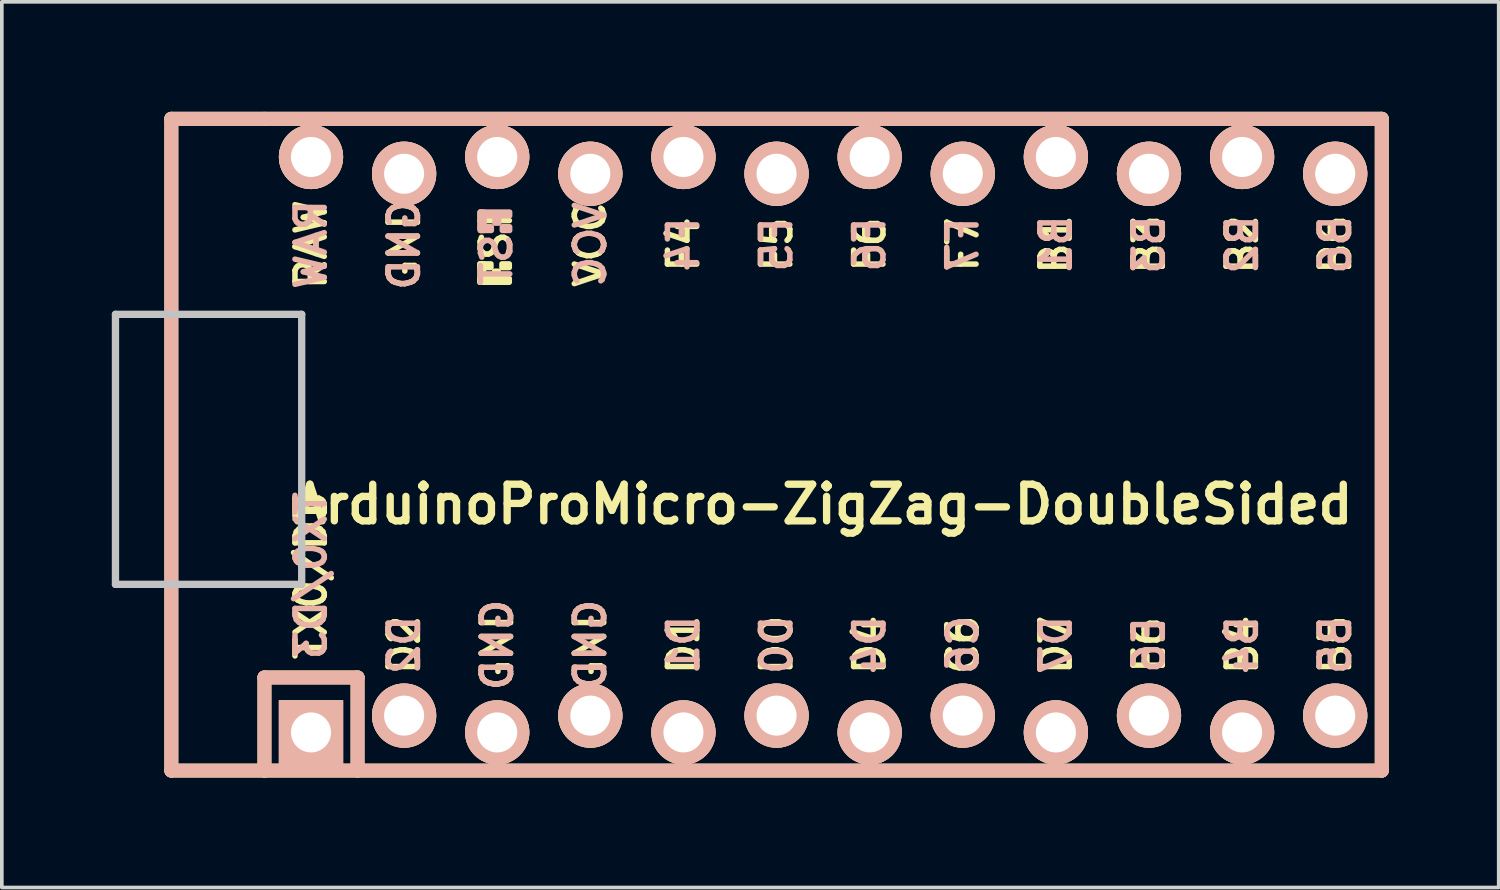
<source format=kicad_pcb>
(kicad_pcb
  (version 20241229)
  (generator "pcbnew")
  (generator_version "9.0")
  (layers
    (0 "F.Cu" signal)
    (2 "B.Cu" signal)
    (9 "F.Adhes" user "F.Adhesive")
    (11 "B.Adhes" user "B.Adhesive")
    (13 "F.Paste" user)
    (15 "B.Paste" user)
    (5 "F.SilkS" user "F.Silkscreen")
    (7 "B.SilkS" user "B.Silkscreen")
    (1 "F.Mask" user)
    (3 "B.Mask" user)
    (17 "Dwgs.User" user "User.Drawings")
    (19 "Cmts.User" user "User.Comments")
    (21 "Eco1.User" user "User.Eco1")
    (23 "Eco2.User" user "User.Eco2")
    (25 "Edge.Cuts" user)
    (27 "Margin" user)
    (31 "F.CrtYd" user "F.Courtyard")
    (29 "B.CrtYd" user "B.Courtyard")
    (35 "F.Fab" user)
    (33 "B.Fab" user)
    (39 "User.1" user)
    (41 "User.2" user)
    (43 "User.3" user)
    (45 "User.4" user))
  (footprint "ArduinoProMicro-ZigZag-DoubleSided"
    (layer "F.Cu")
    (at 19.404 9.081)
    (property "Reference" "ArduinoProMicro-ZigZag-DoubleSided" (at 0 1.625 0) (layer "F.SilkS") (effects (font (size 1 1) (thickness 0.2))))
    (attr through_hole)
    (fp_line (start -17.78 -8.89) (end -17.78 8.89) (stroke (width 0.381) (type solid)) (layer "F.SilkS"))
    (fp_line (start -17.78 8.89) (end -15.24 8.89) (stroke (width 0.381) (type solid)) (layer "F.SilkS"))
    (fp_line (start -15.24 -8.89) (end -17.78 -8.89) (stroke (width 0.381) (type solid)) (layer "F.SilkS"))
    (fp_line (start -15.24 6.35) (end -15.24 8.89) (stroke (width 0.381) (type solid)) (layer "F.SilkS"))
    (fp_line (start -15.24 6.35) (end -12.7 6.35) (stroke (width 0.381) (type solid)) (layer "F.SilkS"))
    (fp_line (start -15.24 8.89) (end 15.24 8.89) (stroke (width 0.381) (type solid)) (layer "F.SilkS"))
    (fp_line (start -12.7 6.35) (end -12.7 8.89) (stroke (width 0.381) (type solid)) (layer "F.SilkS"))
    (fp_line (start 15.24 -8.89) (end -15.24 -8.89) (stroke (width 0.381) (type solid)) (layer "F.SilkS"))
    (fp_line (start 15.24 8.89) (end 15.24 -8.89) (stroke (width 0.381) (type solid)) (layer "F.SilkS"))
    (fp_poly (pts (xy -9.361 -4.932) (xy -9.261 -4.932) (xy -9.261 -4.432) (xy -9.361 -4.432)) (stroke (width 0.15) (type solid)) (fill yes) (layer "F.SilkS"))
    (fp_poly (pts (xy -9.361 -4.932) (xy -9.061 -4.932) (xy -9.061 -4.832) (xy -9.361 -4.832)) (stroke (width 0.15) (type solid)) (fill yes) (layer "F.SilkS"))
    (fp_poly (pts (xy -9.361 -4.532) (xy -8.561 -4.532) (xy -8.561 -4.432) (xy -9.361 -4.432)) (stroke (width 0.15) (type solid)) (fill yes) (layer "F.SilkS"))
    (fp_poly (pts (xy -8.961 -4.732) (xy -8.861 -4.732) (xy -8.861 -4.632) (xy -8.961 -4.632)) (stroke (width 0.15) (type solid)) (fill yes) (layer "F.SilkS"))
    (fp_poly (pts (xy -8.761 -4.932) (xy -8.561 -4.932) (xy -8.561 -4.832) (xy -8.761 -4.832)) (stroke (width 0.15) (type solid)) (fill yes) (layer "F.SilkS"))
    (fp_line (start -17.78 -8.89) (end -17.78 8.89) (stroke (width 0.381) (type solid)) (layer "B.SilkS"))
    (fp_line (start -17.78 8.89) (end 15.24 8.89) (stroke (width 0.381) (type solid)) (layer "B.SilkS"))
    (fp_line (start -15.24 6.35) (end -15.24 8.89) (stroke (width 0.381) (type solid)) (layer "B.SilkS"))
    (fp_line (start -15.24 6.35) (end -12.7 6.35) (stroke (width 0.381) (type solid)) (layer "B.SilkS"))
    (fp_line (start -12.7 6.35) (end -12.7 8.89) (stroke (width 0.381) (type solid)) (layer "B.SilkS"))
    (fp_line (start 15.24 -8.89) (end -17.78 -8.89) (stroke (width 0.381) (type solid)) (layer "B.SilkS"))
    (fp_line (start 15.24 8.89) (end 15.24 -8.89) (stroke (width 0.381) (type solid)) (layer "B.SilkS"))
    (fp_poly (pts (xy -9.351 -6.245) (xy -8.551 -6.245) (xy -8.551 -6.345) (xy -9.351 -6.345)) (stroke (width 0.15) (type solid)) (fill yes) (layer "B.SilkS"))
    (fp_poly (pts (xy -9.351 -5.845) (xy -9.251 -5.845) (xy -9.251 -6.345) (xy -9.351 -6.345)) (stroke (width 0.15) (type solid)) (fill yes) (layer "B.SilkS"))
    (fp_poly (pts (xy -9.351 -5.845) (xy -9.051 -5.845) (xy -9.051 -5.945) (xy -9.351 -5.945)) (stroke (width 0.15) (type solid)) (fill yes) (layer "B.SilkS"))
    (fp_poly (pts (xy -8.951 -6.045) (xy -8.851 -6.045) (xy -8.851 -6.145) (xy -8.951 -6.145)) (stroke (width 0.15) (type solid)) (fill yes) (layer "B.SilkS"))
    (fp_poly (pts (xy -8.751 -5.845) (xy -8.551 -5.845) (xy -8.551 -5.945) (xy -8.751 -5.945)) (stroke (width 0.15) (type solid)) (fill yes) (layer "B.SilkS"))
    (fp_line (start -19.304 -3.556) (end -14.224 -3.556) (stroke (width 0.2) (type solid)) (layer "Dwgs.User"))
    (fp_line (start -19.304 3.81) (end -19.304 -3.556) (stroke (width 0.2) (type solid)) (layer "Dwgs.User"))
    (fp_line (start -14.224 -3.556) (end -14.224 3.81) (stroke (width 0.2) (type solid)) (layer "Dwgs.User"))
    (fp_line (start -14.224 3.81) (end -19.304 3.81) (stroke (width 0.2) (type solid)) (layer "Dwgs.User"))
    (fp_text user "B3" (at 8.89 -5.461 90) (layer "F.SilkS") (effects (font (size 0.8 0.8) (thickness 0.15))))
    (fp_text user "D1" (at -3.81 5.461 90) (layer "F.SilkS") (effects (font (size 0.8 0.8) (thickness 0.15))))
    (fp_text user "ST" (at -8.92 -5.733 90) (layer "F.SilkS") (effects (font (size 0.8 0.8) (thickness 0.15))))
    (fp_text user "F7" (at 3.81 -5.461 90) (layer "F.SilkS") (effects (font (size 0.8 0.8) (thickness 0.15))))
    (fp_text user "B2" (at 11.43 -5.461 90) (layer "F.SilkS") (effects (font (size 0.8 0.8) (thickness 0.15))))
    (fp_text user "TX0/D3" (at -13.97 3.572 90) (layer "F.SilkS") (effects (font (size 0.8 0.8) (thickness 0.15))))
    (fp_text user "D7" (at 6.35 5.461 90) (layer "F.SilkS") (effects (font (size 0.8 0.8) (thickness 0.15))))
    (fp_text user "B5" (at 13.97 5.461 90) (layer "F.SilkS") (effects (font (size 0.8 0.8) (thickness 0.15))))
    (fp_text user "D0" (at -1.27 5.461 90) (layer "F.SilkS") (effects (font (size 0.8 0.8) (thickness 0.15))))
    (fp_text user "VCC" (at -6.35 -5.461 90) (layer "F.SilkS") (effects (font (size 0.8 0.8) (thickness 0.15))))
    (fp_text user "GND" (at -6.35 5.461 90) (layer "F.SilkS") (effects (font (size 0.8 0.8) (thickness 0.15))))
    (fp_text user "F6" (at 1.27 -5.461 90) (layer "F.SilkS") (effects (font (size 0.8 0.8) (thickness 0.15))))
    (fp_text user "F5" (at -1.27 -5.461 90) (layer "F.SilkS") (effects (font (size 0.8 0.8) (thickness 0.15))))
    (fp_text user "GND" (at -8.89 5.461 90) (layer "F.SilkS") (effects (font (size 0.8 0.8) (thickness 0.15))))
    (fp_text user "C6" (at 3.81 5.461 90) (layer "F.SilkS") (effects (font (size 0.8 0.8) (thickness 0.15))))
    (fp_text user "F4" (at -3.81 -5.461 90) (layer "F.SilkS") (effects (font (size 0.8 0.8) (thickness 0.15))))
    (fp_text user "B6" (at 13.97 -5.461 90) (layer "F.SilkS") (effects (font (size 0.8 0.8) (thickness 0.15))))
    (fp_text user "B4" (at 11.43 5.461 90) (layer "F.SilkS") (effects (font (size 0.8 0.8) (thickness 0.15))))
    (fp_text user "E6" (at 8.89 5.461 90) (layer "F.SilkS") (effects (font (size 0.8 0.8) (thickness 0.15))))
    (fp_text user "GND" (at -11.43 -5.461 90) (layer "F.SilkS") (effects (font (size 0.8 0.8) (thickness 0.15))))
    (fp_text user "B1" (at 6.35 -5.461 90) (layer "F.SilkS") (effects (font (size 0.8 0.8) (thickness 0.15))))
    (fp_text user "D2" (at -11.43 5.461 90) (layer "F.SilkS") (effects (font (size 0.8 0.8) (thickness 0.15))))
    (fp_text user "RAW" (at -13.97 -5.461 90) (layer "F.SilkS") (effects (font (size 0.8 0.8) (thickness 0.15))))
    (fp_text user "D4" (at 1.27 5.461 90) (layer "F.SilkS") (effects (font (size 0.8 0.8) (thickness 0.15))))
    (fp_text user "B6" (at 13.97 -5.461 90) (layer "B.SilkS") (effects (font (size 0.8 0.8) (thickness 0.15)) (justify mirror)))
    (fp_text user "B1" (at 6.35 -5.461 90) (layer "B.SilkS") (effects (font (size 0.8 0.8) (thickness 0.15)) (justify mirror)))
    (fp_text user "D4" (at 1.27 5.461 90) (layer "B.SilkS") (effects (font (size 0.8 0.8) (thickness 0.15)) (justify mirror)))
    (fp_text user "F4" (at -3.81 -5.461 90) (layer "B.SilkS") (effects (font (size 0.8 0.8) (thickness 0.15)) (justify mirror)))
    (fp_text user "B2" (at 11.43 -5.461 90) (layer "B.SilkS") (effects (font (size 0.8 0.8) (thickness 0.15)) (justify mirror)))
    (fp_text user "GND" (at -6.35 5.461 90) (layer "B.SilkS") (effects (font (size 0.8 0.8) (thickness 0.15)) (justify mirror)))
    (fp_text user "B4" (at 11.43 5.461 90) (layer "B.SilkS") (effects (font (size 0.8 0.8) (thickness 0.15)) (justify mirror)))
    (fp_text user "VCC" (at -6.35 -5.461 90) (layer "B.SilkS") (effects (font (size 0.8 0.8) (thickness 0.15)) (justify mirror)))
    (fp_text user "F6" (at 1.27 -5.461 90) (layer "B.SilkS") (effects (font (size 0.8 0.8) (thickness 0.15)) (justify mirror)))
    (fp_text user "D0" (at -1.27 5.461 90) (layer "B.SilkS") (effects (font (size 0.8 0.8) (thickness 0.15)) (justify mirror)))
    (fp_text user "F5" (at -1.27 -5.461 90) (layer "B.SilkS") (effects (font (size 0.8 0.8) (thickness 0.15)) (justify mirror)))
    (fp_text user "GND" (at -8.89 5.461 90) (layer "B.SilkS") (effects (font (size 0.8 0.8) (thickness 0.15)) (justify mirror)))
    (fp_text user "E6" (at 8.89 5.461 90) (layer "B.SilkS") (effects (font (size 0.8 0.8) (thickness 0.15)) (justify mirror)))
    (fp_text user "C6" (at 3.81 5.461 90) (layer "B.SilkS") (effects (font (size 0.8 0.8) (thickness 0.15)) (justify mirror)))
    (fp_text user "B5" (at 13.97 5.461 90) (layer "B.SilkS") (effects (font (size 0.8 0.8) (thickness 0.15)) (justify mirror)))
    (fp_text user "D7" (at 6.35 5.461 90) (layer "B.SilkS") (effects (font (size 0.8 0.8) (thickness 0.15)) (justify mirror)))
    (fp_text user "D1" (at -3.81 5.461 90) (layer "B.SilkS") (effects (font (size 0.8 0.8) (thickness 0.15)) (justify mirror)))
    (fp_text user "GND" (at -11.43 -5.461 90) (layer "B.SilkS") (effects (font (size 0.8 0.8) (thickness 0.15)) (justify mirror)))
    (fp_text user "F7" (at 3.81 -5.461 90) (layer "B.SilkS") (effects (font (size 0.8 0.8) (thickness 0.15)) (justify mirror)))
    (fp_text user "B3" (at 8.89 -5.461 90) (layer "B.SilkS") (effects (font (size 0.8 0.8) (thickness 0.15)) (justify mirror)))
    (fp_text user "TX0/D3" (at -13.97 3.572 90) (layer "B.SilkS") (effects (font (size 0.8 0.8) (thickness 0.15)) (justify mirror)))
    (fp_text user "ST" (at -8.91 -5.04 90) (layer "B.SilkS") (effects (font (size 0.8 0.8) (thickness 0.15)) (justify mirror)))
    (fp_text user "RAW" (at -13.97 -5.461 90) (layer "B.SilkS") (effects (font (size 0.8 0.8) (thickness 0.15)) (justify mirror)))
    (fp_text user "D2" (at -11.43 5.461 90) (layer "B.SilkS") (effects (font (size 0.8 0.8) (thickness 0.15)) (justify mirror)))
    (pad "1" thru_hole rect (at -13.97 7.849) (size 1.753 1.753) (drill 1.092) (layers "*.Cu" "*.SilkS" "*.Mask"))
    (pad "2" thru_hole circle (at -11.43 7.391) (size 1.753 1.753) (drill 1.092) (layers "*.Cu" "*.SilkS" "*.Mask"))
    (pad "3" thru_hole circle (at -8.89 7.849) (size 1.753 1.753) (drill 1.092) (layers "*.Cu" "*.SilkS" "*.Mask"))
    (pad "4" thru_hole circle (at -6.35 7.391) (size 1.753 1.753) (drill 1.092) (layers "*.Cu" "*.SilkS" "*.Mask"))
    (pad "5" thru_hole circle (at -3.81 7.849) (size 1.753 1.753) (drill 1.092) (layers "*.Cu" "*.SilkS" "*.Mask"))
    (pad "6" thru_hole circle (at -1.27 7.391) (size 1.753 1.753) (drill 1.092) (layers "*.Cu" "*.SilkS" "*.Mask"))
    (pad "7" thru_hole circle (at 1.27 7.849) (size 1.753 1.753) (drill 1.092) (layers "*.Cu" "*.SilkS" "*.Mask"))
    (pad "8" thru_hole circle (at 3.81 7.391) (size 1.753 1.753) (drill 1.092) (layers "*.Cu" "*.SilkS" "*.Mask"))
    (pad "9" thru_hole circle (at 6.35 7.849) (size 1.753 1.753) (drill 1.092) (layers "*.Cu" "*.SilkS" "*.Mask"))
    (pad "10" thru_hole circle (at 8.89 7.391) (size 1.753 1.753) (drill 1.092) (layers "*.Cu" "*.SilkS" "*.Mask"))
    (pad "11" thru_hole circle (at 11.43 7.849) (size 1.753 1.753) (drill 1.092) (layers "*.Cu" "*.SilkS" "*.Mask"))
    (pad "12" thru_hole circle (at 13.97 7.391) (size 1.753 1.753) (drill 1.092) (layers "*.Cu" "*.SilkS" "*.Mask"))
    (pad "13" thru_hole circle (at 13.97 -7.391) (size 1.753 1.753) (drill 1.092) (layers "*.Cu" "*.SilkS" "*.Mask"))
    (pad "14" thru_hole circle (at 11.43 -7.849) (size 1.753 1.753) (drill 1.092) (layers "*.Cu" "*.SilkS" "*.Mask"))
    (pad "15" thru_hole circle (at 8.89 -7.391) (size 1.753 1.753) (drill 1.092) (layers "*.Cu" "*.SilkS" "*.Mask"))
    (pad "16" thru_hole circle (at 6.35 -7.849) (size 1.753 1.753) (drill 1.092) (layers "*.Cu" "*.SilkS" "*.Mask"))
    (pad "17" thru_hole circle (at 3.81 -7.391) (size 1.753 1.753) (drill 1.092) (layers "*.Cu" "*.SilkS" "*.Mask"))
    (pad "18" thru_hole circle (at 1.27 -7.849) (size 1.753 1.753) (drill 1.092) (layers "*.Cu" "*.SilkS" "*.Mask"))
    (pad "19" thru_hole circle (at -1.27 -7.391) (size 1.753 1.753) (drill 1.092) (layers "*.Cu" "*.SilkS" "*.Mask"))
    (pad "20" thru_hole circle (at -3.81 -7.849) (size 1.753 1.753) (drill 1.092) (layers "*.Cu" "*.SilkS" "*.Mask"))
    (pad "21" thru_hole circle (at -6.35 -7.391) (size 1.753 1.753) (drill 1.092) (layers "*.Cu" "*.SilkS" "*.Mask"))
    (pad "22" thru_hole circle (at -8.89 -7.849) (size 1.753 1.753) (drill 1.092) (layers "*.Cu" "*.SilkS" "*.Mask"))
    (pad "23" thru_hole circle (at -11.43 -7.391) (size 1.753 1.753) (drill 1.092) (layers "*.Cu" "*.SilkS" "*.Mask"))
    (pad "24" thru_hole circle (at -13.97 -7.849) (size 1.753 1.753) (drill 1.092) (layers "*.Cu" "*.SilkS" "*.Mask")))
  (gr_rect
    (start -3 -3)
    (end 37.834 21.161)
    (stroke (width 0.1) (type default))
    (fill no)
    (layer "Edge.Cuts")))
</source>
